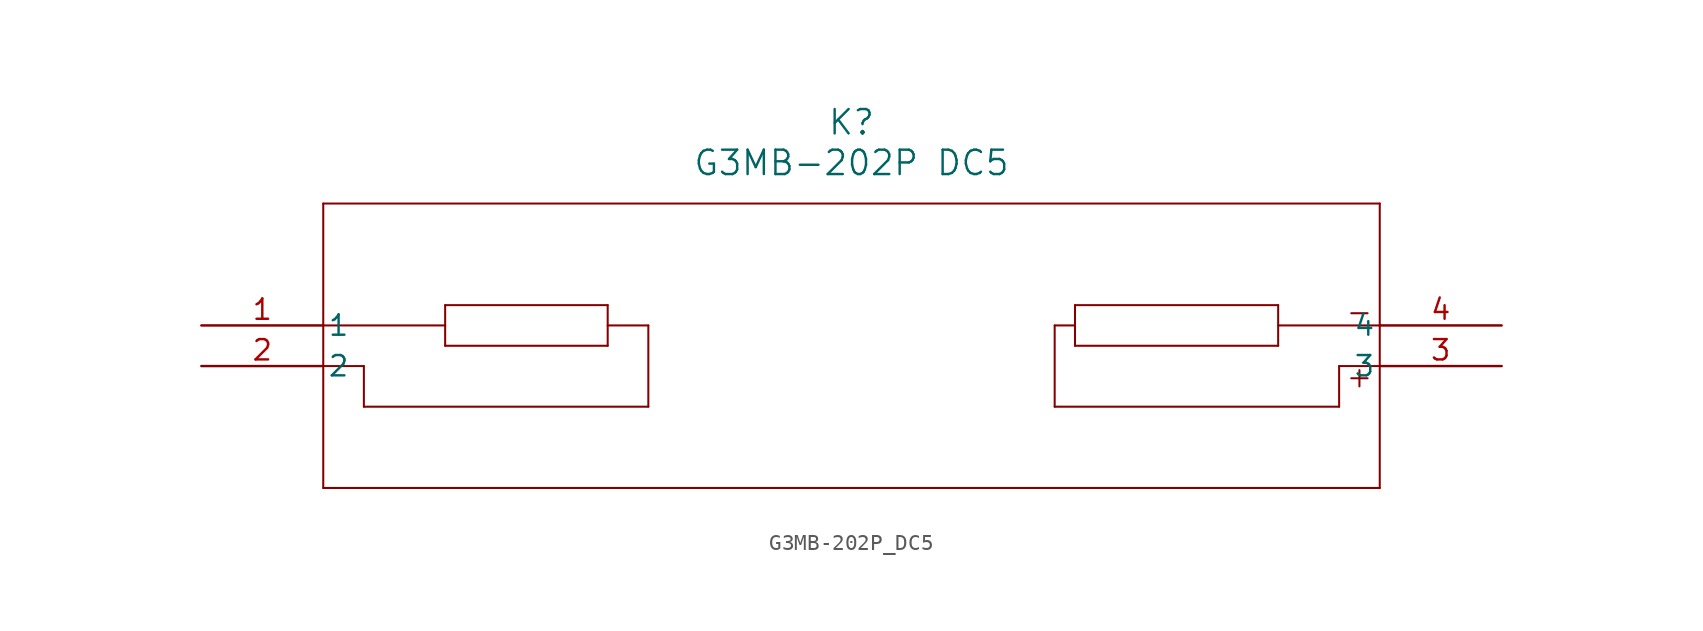
<source format=kicad_sym>
(kicad_symbol_lib
  (version 20241209)
  (generator "kicad_symbol_editor")
  (generator_version "9.0")
  (symbol "G3MB-202P_DC5"
    (pin_names
      (offset 0.254))
    (property "Reference" "K"
      (at 40.64 12.7 0)
      (effects (font (size 1.524 1.524))))
    (property "Value" "G3MB-202P DC5"
      (at 40.64 10.16 0)
      (effects (font (size 1.524 1.524))))
    (property "ki_locked" ""
      (at 0 0 0)
      (effects (font (size 1.27 1.27))))
    (symbol "G3MB-202P_DC5_0_1"
      (polyline (pts (xy 7.62 7.62) (xy 7.62 -10.16)) (stroke (width 0.127) (type default)) (fill (type none)))
      (polyline (pts (xy 7.62 0) (xy 15.24 0)) (stroke (width 0.127) (type default)) (fill (type none)))
      (polyline (pts (xy 7.62 -2.54) (xy 10.16 -2.54)) (stroke (width 0.127) (type default)) (fill (type none)))
      (polyline (pts (xy 7.62 -10.16) (xy 73.66 -10.16)) (stroke (width 0.127) (type default)) (fill (type none)))
      (polyline (pts (xy 10.16 -2.54) (xy 10.16 -5.08)) (stroke (width 0.127) (type default)) (fill (type none)))
      (polyline (pts (xy 10.16 -5.08) (xy 27.94 -5.08)) (stroke (width 0.127) (type default)) (fill (type none)))
      (polyline (pts (xy 15.24 1.27) (xy 15.24 -1.27)) (stroke (width 0.127) (type default)) (fill (type none)))
      (polyline (pts (xy 15.24 1.27) (xy 25.4 1.27)) (stroke (width 0.127) (type default)) (fill (type none)))
      (polyline (pts (xy 15.24 -1.27) (xy 25.4 -1.27)) (stroke (width 0.127) (type default)) (fill (type none)))
      (polyline (pts (xy 25.4 -1.27) (xy 25.4 1.27)) (stroke (width 0.127) (type default)) (fill (type none)))
      (polyline (pts (xy 27.94 0) (xy 25.4 0)) (stroke (width 0.127) (type default)) (fill (type none)))
      (polyline (pts (xy 27.94 0) (xy 27.94 -5.08)) (stroke (width 0.127) (type default)) (fill (type none)))
      (polyline (pts (xy 53.34 0) (xy 53.34 -5.08)) (stroke (width 0.127) (type default)) (fill (type none)))
      (polyline (pts (xy 53.34 0) (xy 54.61 0)) (stroke (width 0.127) (type default)) (fill (type none)))
      (polyline (pts (xy 54.61 -1.27) (xy 54.61 1.27)) (stroke (width 0.127) (type default)) (fill (type none)))
      (polyline (pts (xy 67.31 1.27) (xy 54.61 1.27)) (stroke (width 0.127) (type default)) (fill (type none)))
      (polyline (pts (xy 67.31 1.27) (xy 67.31 -1.27)) (stroke (width 0.127) (type default)) (fill (type none)))
      (polyline (pts (xy 67.31 -1.27) (xy 54.61 -1.27)) (stroke (width 0.127) (type default)) (fill (type none)))
      (polyline (pts (xy 71.12 -2.54) (xy 71.12 -5.08)) (stroke (width 0.127) (type default)) (fill (type none)))
      (polyline (pts (xy 71.12 -5.08) (xy 53.34 -5.08)) (stroke (width 0.127) (type default)) (fill (type none)))
      (polyline (pts (xy 71.882 0.762) (xy 72.898 0.762)) (stroke (width 0.127) (type default)) (fill (type none)))
      (polyline (pts (xy 71.882 -3.302) (xy 72.898 -3.302)) (stroke (width 0.127) (type default)) (fill (type none)))
      (polyline (pts (xy 72.39 -2.794) (xy 72.39 -3.81)) (stroke (width 0.127) (type default)) (fill (type none)))
      (polyline (pts (xy 73.66 7.62) (xy 7.62 7.62)) (stroke (width 0.127) (type default)) (fill (type none)))
      (polyline (pts (xy 73.66 0) (xy 67.31 0)) (stroke (width 0.127) (type default)) (fill (type none)))
      (polyline (pts (xy 73.66 -2.54) (xy 71.12 -2.54)) (stroke (width 0.127) (type default)) (fill (type none)))
      (polyline (pts (xy 73.66 -10.16) (xy 73.66 7.62)) (stroke (width 0.127) (type default)) (fill (type none)))
      (pin unspecified line (at 0 0 0) (length 7.62) (name "1" (effects (font (size 1.27 1.27)))) (number "1" (effects (font (size 1.27 1.27)))))
      (pin unspecified line (at 0 -2.54 0) (length 7.62) (name "2" (effects (font (size 1.27 1.27)))) (number "2" (effects (font (size 1.27 1.27)))))
      (pin unspecified line (at 81.28 0 180) (length 7.62) (name "4" (effects (font (size 1.27 1.27)))) (number "4" (effects (font (size 1.27 1.27)))))
      (pin unspecified line (at 81.28 -2.54 180) (length 7.62) (name "3" (effects (font (size 1.27 1.27)))) (number "3" (effects (font (size 1.27 1.27))))))))
</source>
